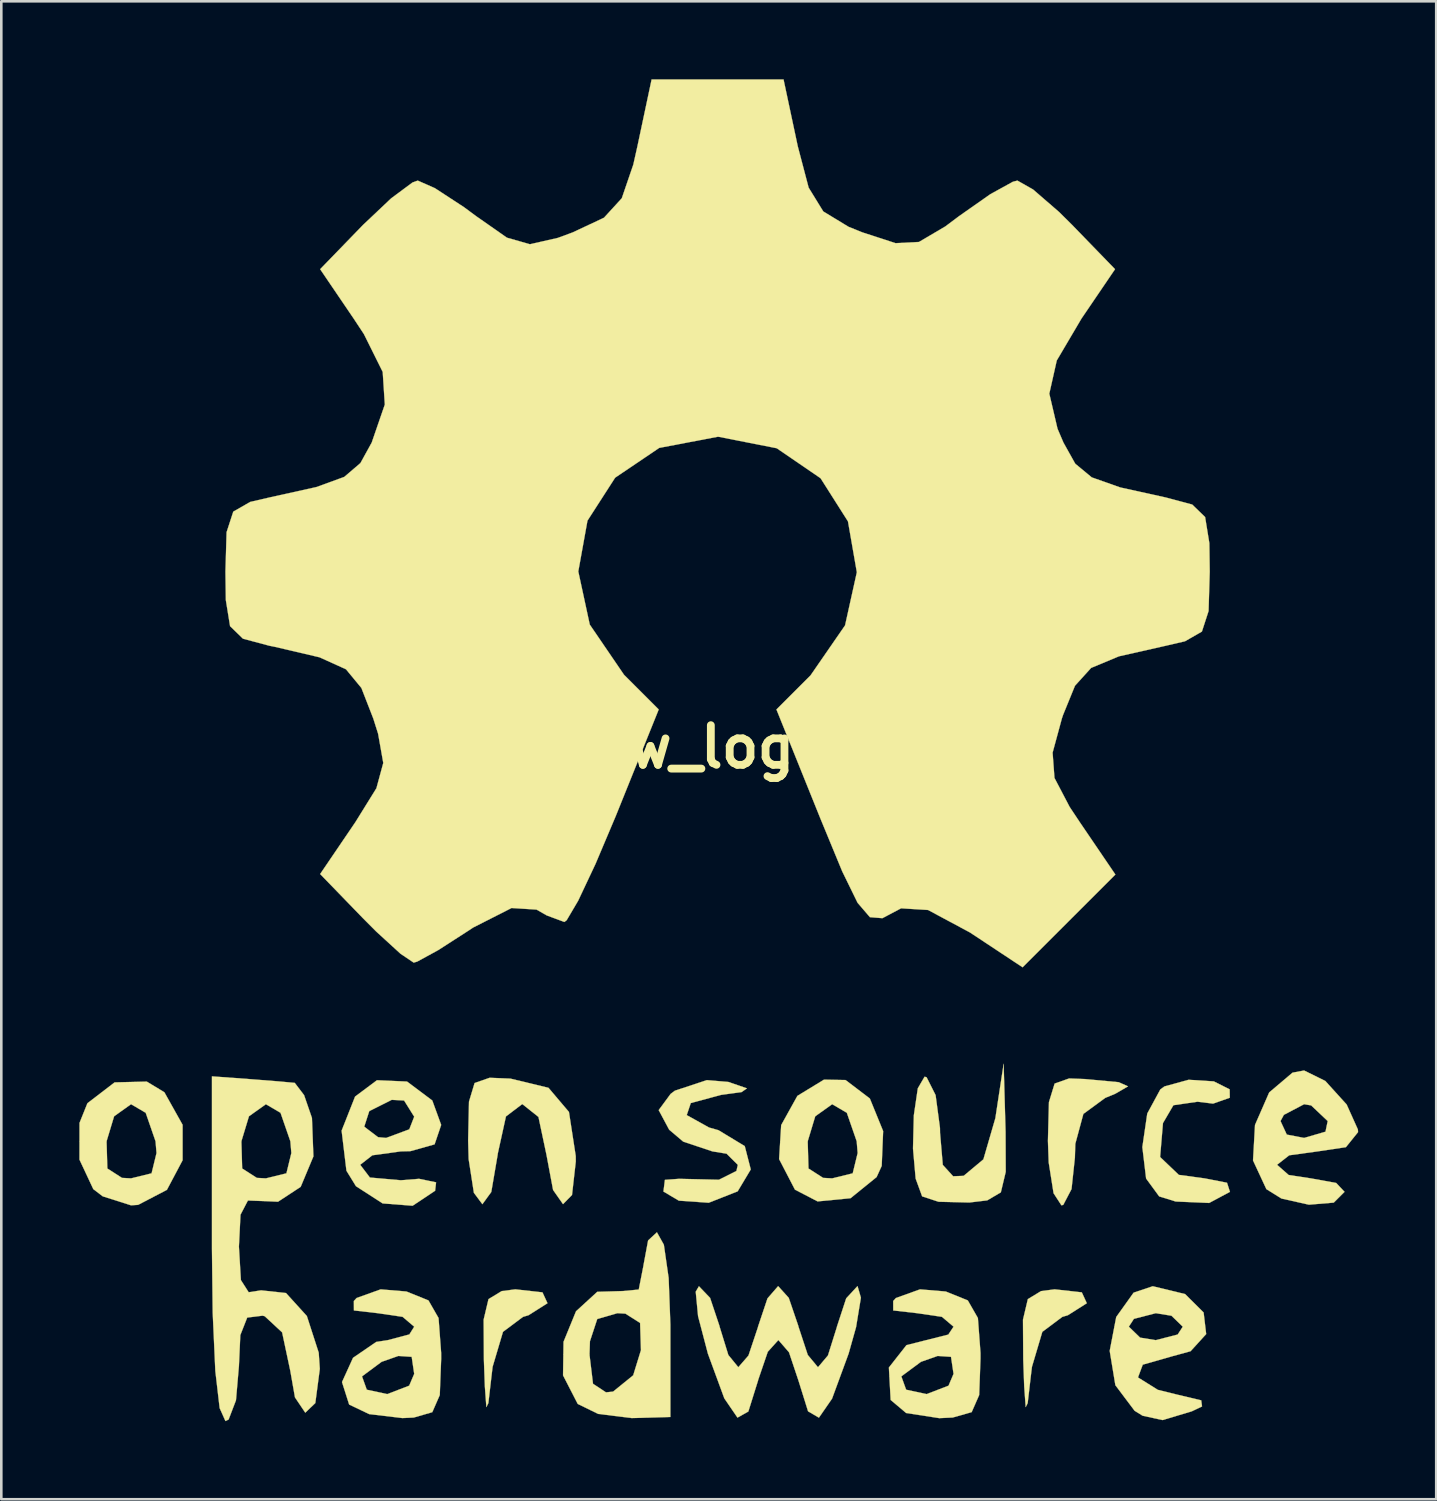
<source format=kicad_pcb>
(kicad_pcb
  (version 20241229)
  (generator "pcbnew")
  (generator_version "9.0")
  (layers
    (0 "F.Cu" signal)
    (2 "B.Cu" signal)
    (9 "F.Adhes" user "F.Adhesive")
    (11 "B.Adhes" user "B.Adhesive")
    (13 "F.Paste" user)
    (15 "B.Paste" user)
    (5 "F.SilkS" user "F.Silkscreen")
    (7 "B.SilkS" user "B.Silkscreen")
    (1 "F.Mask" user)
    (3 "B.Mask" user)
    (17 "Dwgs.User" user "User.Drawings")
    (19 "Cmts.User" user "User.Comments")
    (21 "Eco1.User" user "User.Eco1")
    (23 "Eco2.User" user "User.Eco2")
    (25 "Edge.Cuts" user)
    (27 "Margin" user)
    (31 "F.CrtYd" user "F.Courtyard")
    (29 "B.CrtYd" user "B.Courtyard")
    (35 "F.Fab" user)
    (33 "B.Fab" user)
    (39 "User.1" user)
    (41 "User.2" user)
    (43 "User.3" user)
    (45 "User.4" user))
  (footprint "oshw_logo_b"
    (layer "F.Cu")
    (at 24.278 25.664)
    (property "Reference" "oshw_logo_b" (at 0 0 0) (layer "F.SilkS") (effects (font (size 1.524 1.524) (thickness 0.3))))
    (attr through_hole)
    (fp_poly (pts (xy -6.473 20.97) (xy -6.28 21.388) (xy -7.01 21.85) (xy -7.222 21.913) (xy -7.991 22.488) (xy -8.39 23.832) (xy -8.431 24.176) (xy -8.553 25.228) (xy -8.63 25.382) (xy -8.688 24.585) (xy -8.725 23.569) (xy -8.735 22.02) (xy -8.548 21.23) (xy -8.041 20.922) (xy -7.516 20.854) (xy -6.473 20.97)) (stroke (width 0.01) (type solid)) (fill yes) (layer "F.SilkS"))
    (fp_poly (pts (xy 14.262 20.97) (xy 14.454 21.388) (xy 13.725 21.85) (xy 13.512 21.913) (xy 12.744 22.488) (xy 12.345 23.832) (xy 12.303 24.176) (xy 12.181 25.228) (xy 12.104 25.382) (xy 12.047 24.585) (xy 12.01 23.569) (xy 12 22.02) (xy 12.187 21.23) (xy 12.694 20.922) (xy 13.218 20.854) (xy 14.262 20.97)) (stroke (width 0.01) (type solid)) (fill yes) (layer "F.SilkS"))
    (fp_poly (pts (xy 14.385 12.77) (xy 15.681 12.891) (xy 16.038 13.05) (xy 15.549 13.334) (xy 15.162 13.494) (xy 14.322 14.11) (xy 14.012 15.258) (xy 13.996 15.793) (xy 13.867 16.999) (xy 13.549 17.607) (xy 13.478 17.624) (xy 13.176 17.159) (xy 12.989 15.976) (xy 12.959 15.145) (xy 12.998 13.657) (xy 13.217 12.944) (xy 13.774 12.747) (xy 14.385 12.77)) (stroke (width 0.01) (type solid)) (fill yes) (layer "F.SilkS"))
    (fp_poly (pts (xy 19.336 12.859) (xy 19.946 13.166) (xy 19.951 13.488) (xy 19.309 13.714) (xy 18.711 13.641) (xy 17.783 13.776) (xy 17.382 14.462) (xy 17.272 15.767) (xy 17.992 16.454) (xy 18.982 16.588) (xy 19.844 16.756) (xy 19.957 17.106) (xy 19.158 17.533) (xy 17.872 17.478) (xy 17.236 17.281) (xy 16.734 16.595) (xy 16.589 15.386) (xy 16.778 14.096) (xy 17.281 13.168) (xy 17.439 13.053) (xy 18.368 12.798) (xy 19.336 12.859)) (stroke (width 0.01) (type solid)) (fill yes) (layer "F.SilkS"))
    (fp_poly (pts (xy -7.705 12.753) (xy -6.242 13.106) (xy -5.455 14.035) (xy -5.194 15.728) (xy -5.192 15.94) (xy -5.337 17.226) (xy -5.683 17.579) (xy -6.065 17.034) (xy -6.319 15.681) (xy -6.627 14.227) (xy -7.241 13.737) (xy -7.257 13.737) (xy -7.877 14.207) (xy -8.192 15.64) (xy -8.196 15.681) (xy -8.441 17.112) (xy -8.783 17.581) (xy -9.11 17.142) (xy -9.311 15.85) (xy -9.331 15.133) (xy -9.298 13.639) (xy -9.082 12.922) (xy -8.504 12.721) (xy -7.705 12.753)) (stroke (width 0.01) (type solid)) (fill yes) (layer "F.SilkS"))
    (fp_poly (pts (xy 11.331 14.793) (xy 11.337 16.338) (xy 11.149 17.126) (xy 10.625 17.434) (xy 9.937 17.516) (xy 8.754 17.487) (xy 8.123 17.28) (xy 7.874 16.598) (xy 7.772 15.441) (xy 7.804 14.165) (xy 7.957 13.126) (xy 8.217 12.68) (xy 8.294 12.7) (xy 8.641 13.388) (xy 8.809 14.649) (xy 8.812 14.842) (xy 8.917 16.07) (xy 9.315 16.507) (xy 9.719 16.491) (xy 10.478 15.857) (xy 10.939 14.271) (xy 10.942 14.25) (xy 11.257 12.182) (xy 11.331 14.793)) (stroke (width 0.01) (type solid)) (fill yes) (layer "F.SilkS"))
    (fp_poly (pts (xy 5.18 12.808) (xy 6.113 13.518) (xy 6.624 14.771) (xy 6.569 16.109) (xy 6.373 16.538) (xy 5.37 17.351) (xy 4.105 17.474) (xy 3.234 17.022) (xy 2.624 15.847) (xy 2.666 15.162) (xy 3.724 15.162) (xy 3.754 16.208) (xy 4.316 16.569) (xy 4.665 16.588) (xy 5.454 16.394) (xy 5.644 15.615) (xy 5.607 15.162) (xy 5.228 14.067) (xy 4.665 13.737) (xy 4.014 14.201) (xy 3.724 15.162) (xy 2.666 15.162) (xy 2.704 14.54) (xy 3.328 13.416) (xy 4.351 12.792) (xy 5.18 12.808)) (stroke (width 0.01) (type solid)) (fill yes) (layer "F.SilkS"))
    (fp_poly (pts (xy -21.009 13.277) (xy -20.308 14.529) (xy -20.308 15.891) (xy -20.911 17.029) (xy -22.018 17.606) (xy -22.29 17.624) (xy -23.378 17.279) (xy -23.741 17.002) (xy -24.273 15.867) (xy -24.272 15.162) (xy -23.231 15.162) (xy -23.201 16.208) (xy -22.639 16.569) (xy -22.29 16.588) (xy -21.501 16.394) (xy -21.311 15.615) (xy -21.348 15.162) (xy -21.727 14.067) (xy -22.29 13.737) (xy -22.941 14.201) (xy -23.231 15.162) (xy -24.272 15.162) (xy -24.271 14.456) (xy -23.967 13.699) (xy -22.922 12.898) (xy -21.686 12.867) (xy -21.009 13.277)) (stroke (width 0.01) (type solid)) (fill yes) (layer "F.SilkS"))
    (fp_poly (pts (xy 0.672 12.881) (xy 1.387 13.127) (xy 1.182 13.271) (xy 0.389 13.379) (xy -0.771 13.693) (xy -0.927 14.156) (xy -0.069 14.633) (xy 0.293 14.736) (xy 1.304 15.348) (xy 1.535 16.245) (xy 1.031 17.087) (xy -0.081 17.525) (xy -1.23 17.445) (xy -1.822 17.094) (xy -1.766 16.645) (xy -1.223 16.605) (xy 0.311 16.641) (xy 0.983 16.304) (xy 1.037 16.069) (xy 0.605 15.639) (xy 0.063 15.551) (xy -1.062 15.175) (xy -1.602 14.717) (xy -2.005 13.964) (xy -1.546 13.341) (xy -1.382 13.217) (xy -0.153 12.811) (xy 0.672 12.881)) (stroke (width 0.01) (type solid)) (fill yes) (layer "F.SilkS"))
    (fp_poly (pts (xy -1.806 19.14) (xy -1.622 20.418) (xy -1.555 22.211) (xy -1.555 25.761) (xy -3.043 25.803) (xy -4.332 25.643) (xy -5.117 25.26) (xy -5.682 24.161) (xy -5.67 23.365) (xy -4.665 23.365) (xy -4.53 24.485) (xy -4.031 24.814) (xy -3.758 24.786) (xy -2.985 24.159) (xy -2.687 23.193) (xy -2.72 22.146) (xy -3.285 21.788) (xy -3.594 21.771) (xy -4.367 21.995) (xy -4.648 22.85) (xy -4.665 23.365) (xy -5.67 23.365) (xy -5.663 22.871) (xy -5.183 21.697) (xy -4.366 20.949) (xy -3.376 20.92) (xy -2.771 20.862) (xy -2.592 19.949) (xy -2.592 19.941) (xy -2.412 18.975) (xy -2.073 18.661) (xy -1.806 19.14)) (stroke (width 0.01) (type solid)) (fill yes) (layer "F.SilkS"))
    (fp_poly (pts (xy 18.233 21.036) (xy 18.945 21.745) (xy 19.043 22.574) (xy 18.444 23.233) (xy 17.754 23.422) (xy 16.605 23.75) (xy 16.421 24.241) (xy 17.185 24.718) (xy 17.884 24.891) (xy 18.853 25.122) (xy 18.884 25.357) (xy 18.489 25.544) (xy 17.367 25.88) (xy 16.599 25.713) (xy 16.291 25.522) (xy 15.552 24.54) (xy 15.334 23.22) (xy 15.513 22.29) (xy 16.069 22.29) (xy 16.504 22.711) (xy 17.106 22.808) (xy 17.948 22.591) (xy 18.143 22.29) (xy 17.709 21.869) (xy 17.106 21.771) (xy 16.264 21.989) (xy 16.069 22.29) (xy 15.513 22.29) (xy 15.585 21.917) (xy 16.253 20.982) (xy 16.99 20.735) (xy 18.233 21.036)) (stroke (width 0.01) (type solid)) (fill yes) (layer "F.SilkS"))
    (fp_poly (pts (xy -11.68 12.866) (xy -10.709 13.594) (xy -10.367 14.533) (xy -10.62 15.28) (xy -11.55 15.542) (xy -11.922 15.551) (xy -13.014 15.701) (xy -13.477 16.063) (xy -13.478 16.069) (xy -13.107 16.556) (xy -11.92 16.661) (xy -11.218 16.605) (xy -10.563 16.741) (xy -10.6 17.064) (xy -11.465 17.64) (xy -12.618 17.551) (xy -13.643 16.889) (xy -14.009 16.295) (xy -14.195 14.754) (xy -14.134 14.601) (xy -13.325 14.601) (xy -12.794 15.004) (xy -12.484 15.033) (xy -11.593 14.703) (xy -11.404 14.217) (xy -11.793 13.594) (xy -12.268 13.569) (xy -13.132 14.002) (xy -13.325 14.601) (xy -14.134 14.601) (xy -13.677 13.443) (xy -12.836 12.815) (xy -11.68 12.866)) (stroke (width 0.01) (type solid)) (fill yes) (layer "F.SilkS"))
    (fp_poly (pts (xy 9.033 20.938) (xy 9.879 21.28) (xy 10.267 21.957) (xy 10.367 23.298) (xy 10.367 23.517) (xy 10.316 24.918) (xy 10.028 25.575) (xy 9.3 25.782) (xy 8.783 25.806) (xy 7.508 25.609) (xy 6.913 25.107) (xy 6.863 24.2) (xy 7.323 24.2) (xy 7.508 24.713) (xy 8.294 24.882) (xy 9.138 24.558) (xy 9.331 24.104) (xy 9.233 23.449) (xy 8.72 23.415) (xy 8.077 23.641) (xy 7.323 24.2) (xy 6.863 24.2) (xy 6.845 23.86) (xy 7.521 22.999) (xy 8.278 22.808) (xy 9.129 22.594) (xy 9.331 22.29) (xy 8.884 21.911) (xy 7.931 21.771) (xy 7.012 21.666) (xy 7.011 21.302) (xy 7.116 21.187) (xy 8.042 20.855) (xy 9.033 20.938)) (stroke (width 0.01) (type solid)) (fill yes) (layer "F.SilkS"))
    (fp_poly (pts (xy 23.623 12.843) (xy 24.444 13.749) (xy 24.875 14.707) (xy 24.882 14.81) (xy 24.415 15.389) (xy 23.327 15.551) (xy 22.235 15.701) (xy 21.772 16.063) (xy 21.771 16.069) (xy 22.215 16.459) (xy 23.067 16.588) (xy 24.042 16.765) (xy 24.363 17.106) (xy 23.948 17.52) (xy 22.993 17.6) (xy 21.936 17.363) (xy 21.357 17.002) (xy 20.844 15.899) (xy 20.92 14.534) (xy 20.985 14.385) (xy 21.901 14.385) (xy 22.142 14.905) (xy 22.808 15.033) (xy 23.63 14.794) (xy 23.715 14.385) (xy 23.079 13.783) (xy 22.808 13.737) (xy 22.03 14.146) (xy 21.901 14.385) (xy 20.985 14.385) (xy 21.466 13.284) (xy 22.363 12.524) (xy 22.808 12.441) (xy 23.623 12.843)) (stroke (width 0.01) (type solid)) (fill yes) (layer "F.SilkS"))
    (fp_poly (pts (xy -11.701 20.938) (xy -10.856 21.28) (xy -10.468 21.957) (xy -10.368 23.298) (xy -10.367 23.517) (xy -10.421 24.919) (xy -10.709 25.577) (xy -11.421 25.783) (xy -11.855 25.803) (xy -13.135 25.651) (xy -13.905 25.284) (xy -14.18 24.419) (xy -14.08 24.2) (xy -13.411 24.2) (xy -13.227 24.713) (xy -12.441 24.882) (xy -11.597 24.558) (xy -11.404 24.104) (xy -11.501 23.449) (xy -12.014 23.415) (xy -12.658 23.641) (xy -13.411 24.2) (xy -14.08 24.2) (xy -13.756 23.487) (xy -12.865 22.876) (xy -12.423 22.808) (xy -11.59 22.588) (xy -11.404 22.29) (xy -11.851 21.911) (xy -12.804 21.771) (xy -13.722 21.666) (xy -13.724 21.302) (xy -13.619 21.187) (xy -12.693 20.855) (xy -11.701 20.938)) (stroke (width 0.01) (type solid)) (fill yes) (layer "F.SilkS"))
    (fp_poly (pts (xy 5.769 21.175) (xy 5.583 22.307) (xy 5.296 23.327) (xy 4.66 25.057) (xy 4.155 25.788) (xy 3.738 25.544) (xy 3.369 24.363) (xy 3.005 23.275) (xy 2.601 22.808) (xy 2.592 22.808) (xy 2.189 23.255) (xy 1.821 24.332) (xy 1.814 24.363) (xy 1.442 25.551) (xy 1.024 25.786) (xy 0.517 25.044) (xy -0.113 23.327) (xy -0.491 21.886) (xy -0.581 20.945) (xy -0.458 20.735) (xy -0.029 21.183) (xy 0.332 22.263) (xy 0.337 22.29) (xy 0.673 23.379) (xy 1.053 23.845) (xy 1.06 23.845) (xy 1.447 23.399) (xy 1.807 22.322) (xy 1.814 22.29) (xy 2.178 21.202) (xy 2.583 20.735) (xy 2.592 20.735) (xy 2.995 21.181) (xy 3.362 22.258) (xy 3.369 22.29) (xy 3.727 23.377) (xy 4.115 23.845) (xy 4.123 23.845) (xy 4.502 23.397) (xy 4.841 22.318) (xy 4.847 22.29) (xy 5.204 21.2) (xy 5.633 20.735) (xy 5.641 20.735) (xy 5.769 21.175)) (stroke (width 0.01) (type solid)) (fill yes) (layer "F.SilkS"))
    (fp_poly (pts (xy -17.754 12.77) (xy -16.589 12.862) (xy -15.996 12.917) (xy -15.637 13.389) (xy -15.335 14.266) (xy -15.279 15.743) (xy -15.768 16.913) (xy -16.64 17.486) (xy -17.151 17.463) (xy -17.797 17.439) (xy -18.082 17.985) (xy -18.143 19.212) (xy -18.067 20.498) (xy -17.768 20.966) (xy -17.29 20.893) (xy -16.333 20.996) (xy -15.531 21.88) (xy -15.075 23.29) (xy -15.033 23.913) (xy -15.206 25.227) (xy -15.592 25.596) (xy -15.988 25.008) (xy -16.167 23.99) (xy -16.482 22.509) (xy -17.152 21.887) (xy -17.236 21.867) (xy -17.824 21.94) (xy -18.089 22.613) (xy -18.143 23.807) (xy -18.256 25.119) (xy -18.539 25.859) (xy -18.661 25.918) (xy -18.884 25.419) (xy -19.05 23.993) (xy -19.151 21.75) (xy -19.18 19.292) (xy -19.18 15.162) (xy -18.048 15.162) (xy -18.018 16.208) (xy -17.455 16.569) (xy -17.106 16.588) (xy -16.317 16.394) (xy -16.127 15.615) (xy -16.165 15.162) (xy -16.544 14.067) (xy -17.106 13.737) (xy -17.757 14.201) (xy -18.048 15.162) (xy -19.18 15.162) (xy -19.18 12.666) (xy -17.754 12.77)) (stroke (width 0.01) (type solid)) (fill yes) (layer "F.SilkS"))
    (fp_poly (pts (xy 3.342 -23.089) (xy 3.76 -21.5) (xy 4.322 -20.586) (xy 5.294 -19.995) (xy 5.824 -19.781) (xy 7.102 -19.365) (xy 8.001 -19.412) (xy 9.012 -20.007) (xy 9.547 -20.408) (xy 10.743 -21.247) (xy 11.614 -21.727) (xy 11.786 -21.771) (xy 12.389 -21.429) (xy 13.389 -20.563) (xy 13.888 -20.068) (xy 15.539 -18.365) (xy 14.249 -16.467) (xy 13.299 -14.856) (xy 13.012 -13.58) (xy 13.328 -12.231) (xy 13.556 -11.698) (xy 14.01 -10.886) (xy 14.643 -10.362) (xy 15.741 -9.974) (xy 17.495 -9.587) (xy 18.506 -9.317) (xy 19.002 -8.836) (xy 19.165 -7.832) (xy 19.18 -6.739) (xy 19.135 -5.223) (xy 18.879 -4.434) (xy 18.227 -4.06) (xy 17.495 -3.89) (xy 15.689 -3.482) (xy 14.619 -3.036) (xy 13.999 -2.351) (xy 13.541 -1.228) (xy 13.495 -1.091) (xy 13.139 0.221) (xy 13.211 1.194) (xy 13.796 2.311) (xy 14.193 2.908) (xy 15.552 4.907) (xy 11.985 8.473) (xy 9.963 7.135) (xy 8.35 6.27) (xy 7.314 6.206) (xy 7.211 6.26) (xy 6.597 6.585) (xy 6.116 6.547) (xy 5.642 5.995) (xy 5.05 4.783) (xy 4.214 2.759) (xy 4.17 2.65) (xy 2.522 -1.438) (xy 3.832 -2.748) (xy 5.16 -4.671) (xy 5.613 -6.714) (xy 5.272 -8.669) (xy 4.219 -10.328) (xy 2.533 -11.482) (xy 0.298 -11.922) (xy 0.259 -11.922) (xy -1.984 -11.495) (xy -3.679 -10.35) (xy -4.743 -8.698) (xy -5.096 -6.745) (xy -4.655 -4.702) (xy -3.341 -2.776) (xy -3.314 -2.748) (xy -2.004 -1.438) (xy -3.652 2.65) (xy -4.435 4.501) (xy -5.101 5.914) (xy -5.544 6.665) (xy -5.631 6.731) (xy -6.309 6.479) (xy -6.7 6.255) (xy -7.661 6.194) (xy -9.142 6.947) (xy -9.282 7.041) (xy -10.478 7.811) (xy -11.286 8.253) (xy -11.423 8.294) (xy -11.929 7.954) (xy -12.867 7.096) (xy -13.37 6.591) (xy -15.02 4.888) (xy -13.669 2.899) (xy -12.857 1.59) (xy -12.593 0.617) (xy -12.792 -0.507) (xy -12.977 -1.091) (xy -13.435 -2.267) (xy -14.027 -2.984) (xy -15.042 -3.444) (xy -16.765 -3.848) (xy -16.977 -3.89) (xy -17.988 -4.16) (xy -18.483 -4.642) (xy -18.646 -5.646) (xy -18.661 -6.739) (xy -18.617 -8.254) (xy -18.36 -9.044) (xy -17.708 -9.418) (xy -16.977 -9.587) (xy -15.165 -9.989) (xy -14.092 -10.38) (xy -13.471 -10.912) (xy -13.038 -11.698) (xy -12.534 -13.161) (xy -12.615 -14.416) (xy -13.338 -15.871) (xy -13.731 -16.467) (xy -15.02 -18.365) (xy -13.37 -20.068) (xy -12.289 -21.09) (xy -11.47 -21.698) (xy -11.268 -21.771) (xy -10.61 -21.481) (xy -9.495 -20.753) (xy -9.029 -20.408) (xy -7.839 -19.576) (xy -6.955 -19.324) (xy -5.884 -19.568) (xy -5.306 -19.781) (xy -4.109 -20.343) (xy -3.423 -21.093) (xy -2.981 -22.385) (xy -2.823 -23.089) (xy -2.277 -25.659) (xy 2.795 -25.659) (xy 3.342 -23.089)) (stroke (width 0.01) (type solid)) (fill yes) (layer "F.SilkS")))
  (gr_rect
    (start -3 -3)
    (end 52.165 54.588)
    (stroke (width 0.1) (type default))
    (fill no)
    (layer "Edge.Cuts")))
</source>
